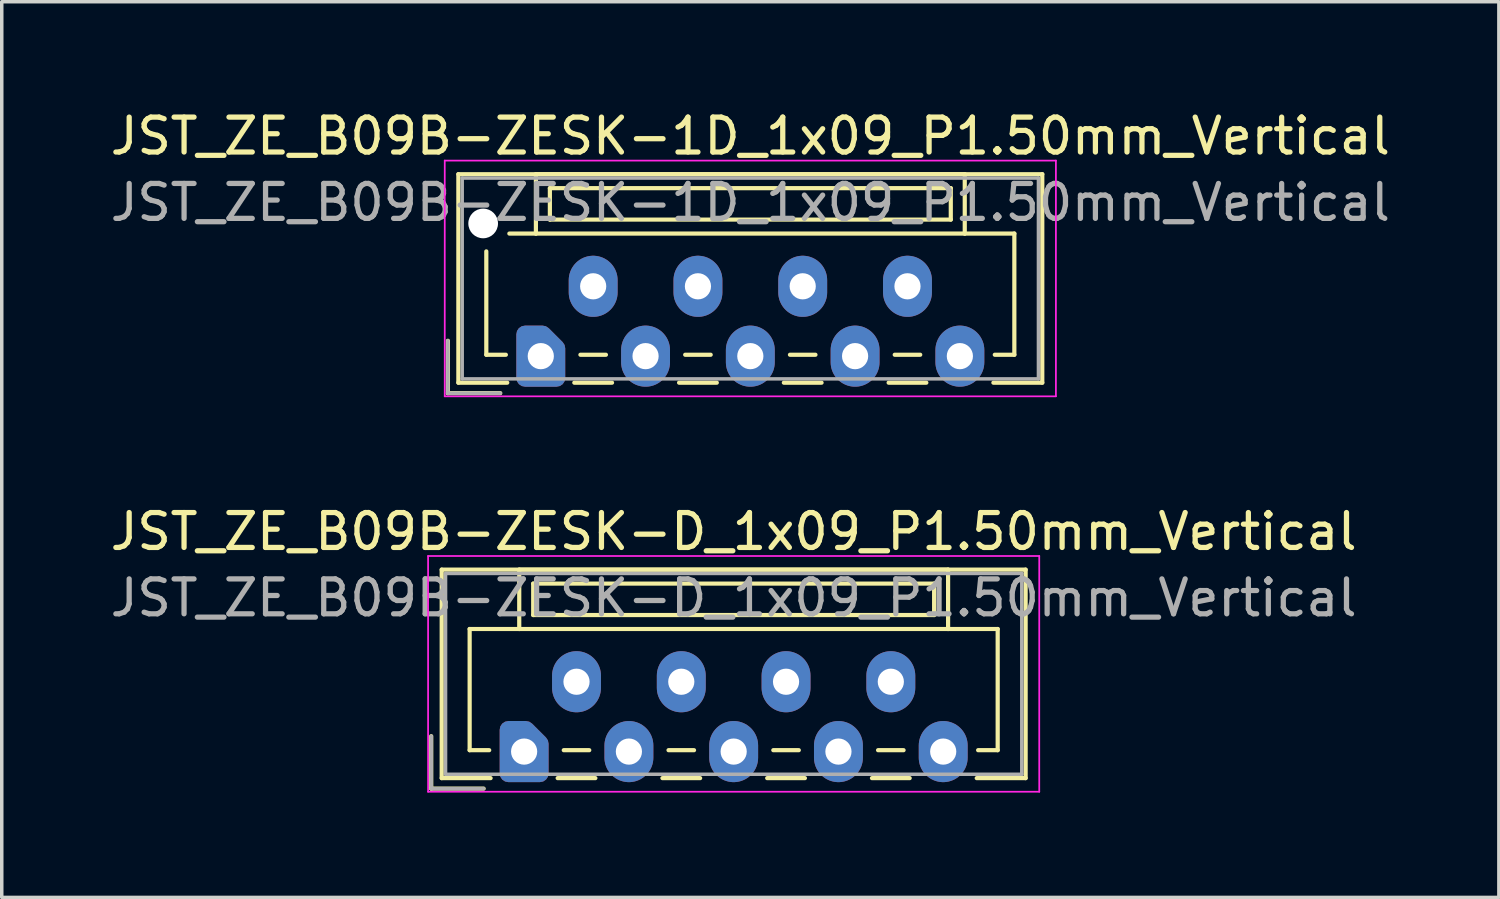
<source format=kicad_pcb>
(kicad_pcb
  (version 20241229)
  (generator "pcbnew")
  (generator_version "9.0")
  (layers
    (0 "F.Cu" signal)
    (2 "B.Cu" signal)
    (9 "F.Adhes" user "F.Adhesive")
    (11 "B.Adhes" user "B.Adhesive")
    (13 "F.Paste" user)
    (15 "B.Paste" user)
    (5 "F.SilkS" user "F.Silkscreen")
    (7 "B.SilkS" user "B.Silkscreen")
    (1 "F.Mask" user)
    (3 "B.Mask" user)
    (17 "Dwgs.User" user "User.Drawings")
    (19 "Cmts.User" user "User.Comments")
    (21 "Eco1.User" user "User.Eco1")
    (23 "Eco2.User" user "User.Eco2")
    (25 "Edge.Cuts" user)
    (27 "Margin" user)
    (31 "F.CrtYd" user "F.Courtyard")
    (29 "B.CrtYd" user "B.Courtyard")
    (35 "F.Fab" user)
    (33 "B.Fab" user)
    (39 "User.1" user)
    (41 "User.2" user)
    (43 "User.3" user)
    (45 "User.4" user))
  (footprint "JST_ZE_B09B-ZESK-1D_1x09_P1.50mm_Vertical"
    (layer "F.Cu")
    (at 12.435 7.148)
    (property "Reference" "JST_ZE_B09B-ZESK-1D_1x09_P1.50mm_Vertical" (at 6 -6.3 0) (layer "F.SilkS") (effects (font (size 1 1) (thickness 0.15))))
    (attr through_hole)
    (fp_line (start -2.66 -0.44) (end -2.66 1.06) (stroke (width 0.12) (type solid)) (layer "F.SilkS"))
    (fp_line (start -2.66 1.06) (end -1.16 1.06) (stroke (width 0.12) (type solid)) (layer "F.SilkS"))
    (fp_line (start -2.36 -5.21) (end 14.36 -5.21) (stroke (width 0.12) (type solid)) (layer "F.SilkS"))
    (fp_line (start -2.36 0.76) (end -2.36 -5.21) (stroke (width 0.12) (type solid)) (layer "F.SilkS"))
    (fp_line (start -1.56 -3) (end -1.56 -0.04) (stroke (width 0.12) (type solid)) (layer "F.SilkS"))
    (fp_line (start -1.56 -0.04) (end -1 -0.04) (stroke (width 0.12) (type solid)) (layer "F.SilkS"))
    (fp_line (start -0.96 0.76) (end -2.36 0.76) (stroke (width 0.12) (type solid)) (layer "F.SilkS"))
    (fp_line (start -0.14 -5.21) (end -0.14 -3.51) (stroke (width 0.12) (type solid)) (layer "F.SilkS"))
    (fp_line (start -0.14 -3.51) (end -0.9 -3.51) (stroke (width 0.12) (type solid)) (layer "F.SilkS"))
    (fp_line (start -0.14 -3.51) (end 12.14 -3.51) (stroke (width 0.12) (type solid)) (layer "F.SilkS"))
    (fp_line (start 0.26 -4.81) (end 0.26 -3.91) (stroke (width 0.12) (type solid)) (layer "F.SilkS"))
    (fp_line (start 0.26 -3.91) (end 11.74 -3.91) (stroke (width 0.12) (type solid)) (layer "F.SilkS"))
    (fp_line (start 0.96 0.76) (end 2.04 0.76) (stroke (width 0.12) (type solid)) (layer "F.SilkS"))
    (fp_line (start 1.135 -0.04) (end 1.865 -0.04) (stroke (width 0.12) (type solid)) (layer "F.SilkS"))
    (fp_line (start 3.96 0.76) (end 5.04 0.76) (stroke (width 0.12) (type solid)) (layer "F.SilkS"))
    (fp_line (start 4.135 -0.04) (end 4.865 -0.04) (stroke (width 0.12) (type solid)) (layer "F.SilkS"))
    (fp_line (start 6.96 0.76) (end 8.04 0.76) (stroke (width 0.12) (type solid)) (layer "F.SilkS"))
    (fp_line (start 7.135 -0.04) (end 7.865 -0.04) (stroke (width 0.12) (type solid)) (layer "F.SilkS"))
    (fp_line (start 9.96 0.76) (end 11.04 0.76) (stroke (width 0.12) (type solid)) (layer "F.SilkS"))
    (fp_line (start 10.135 -0.04) (end 10.865 -0.04) (stroke (width 0.12) (type solid)) (layer "F.SilkS"))
    (fp_line (start 11.74 -4.81) (end 0.26 -4.81) (stroke (width 0.12) (type solid)) (layer "F.SilkS"))
    (fp_line (start 11.74 -3.91) (end 11.74 -4.81) (stroke (width 0.12) (type solid)) (layer "F.SilkS"))
    (fp_line (start 12.14 -5.21) (end -0.14 -5.21) (stroke (width 0.12) (type solid)) (layer "F.SilkS"))
    (fp_line (start 12.14 -3.51) (end 12.14 -5.21) (stroke (width 0.12) (type solid)) (layer "F.SilkS"))
    (fp_line (start 12.14 -3.51) (end 13.56 -3.51) (stroke (width 0.12) (type solid)) (layer "F.SilkS"))
    (fp_line (start 13.56 -3.51) (end 13.56 -0.04) (stroke (width 0.12) (type solid)) (layer "F.SilkS"))
    (fp_line (start 13.56 -0.04) (end 13 -0.04) (stroke (width 0.12) (type solid)) (layer "F.SilkS"))
    (fp_line (start 14.36 -5.21) (end 14.36 0.76) (stroke (width 0.12) (type solid)) (layer "F.SilkS"))
    (fp_line (start 14.36 0.76) (end 12.96 0.76) (stroke (width 0.12) (type solid)) (layer "F.SilkS"))
    (fp_line (start -2.75 -5.6) (end -2.75 1.15) (stroke (width 0.05) (type solid)) (layer "F.CrtYd"))
    (fp_line (start -2.75 1.15) (end 14.75 1.15) (stroke (width 0.05) (type solid)) (layer "F.CrtYd"))
    (fp_line (start 14.75 -5.6) (end -2.75 -5.6) (stroke (width 0.05) (type solid)) (layer "F.CrtYd"))
    (fp_line (start 14.75 1.15) (end 14.75 -5.6) (stroke (width 0.05) (type solid)) (layer "F.CrtYd"))
    (fp_line (start -2.66 -0.44) (end -2.66 1.06) (stroke (width 0.1) (type solid)) (layer "F.Fab"))
    (fp_line (start -2.66 1.06) (end -1.16 1.06) (stroke (width 0.1) (type solid)) (layer "F.Fab"))
    (fp_line (start -2.25 -5.1) (end -2.25 0.65) (stroke (width 0.1) (type solid)) (layer "F.Fab"))
    (fp_line (start -2.25 0.65) (end 14.25 0.65) (stroke (width 0.1) (type solid)) (layer "F.Fab"))
    (fp_line (start 14.25 -5.1) (end -2.25 -5.1) (stroke (width 0.1) (type solid)) (layer "F.Fab"))
    (fp_line (start 14.25 0.65) (end 14.25 -5.1) (stroke (width 0.1) (type solid)) (layer "F.Fab"))
    (fp_text user "${REFERENCE}" (at 6 -4.4 0) (layer "F.Fab") (effects (font (size 1 1) (thickness 0.15))))
    (pad "" np_thru_hole circle (at -1.65 -3.8) (size 0.85 0.85) (drill 0.85) (layers "*.Cu" "*.Mask"))
    (pad "1" thru_hole custom (at 0 0) (size 1.117 1.117) (drill 0.75) (layers "*.Cu" "*.Mask") (options (anchor circle)) (primitives (gr_poly (pts (xy -0.45 -0.625) (xy 0.05 -0.625) (xy 0.45 -0.225) (xy 0.45 0.625) (xy -0.45 0.625)) (width 0.5) (fill yes))))
    (pad "2" thru_hole oval (at 1.5 -2) (size 1.4 1.75) (drill 0.75) (layers "*.Cu" "*.Mask"))
    (pad "3" thru_hole oval (at 3 0) (size 1.4 1.75) (drill 0.75) (layers "*.Cu" "*.Mask"))
    (pad "4" thru_hole oval (at 4.5 -2) (size 1.4 1.75) (drill 0.75) (layers "*.Cu" "*.Mask"))
    (pad "5" thru_hole oval (at 6 0) (size 1.4 1.75) (drill 0.75) (layers "*.Cu" "*.Mask"))
    (pad "6" thru_hole oval (at 7.5 -2) (size 1.4 1.75) (drill 0.75) (layers "*.Cu" "*.Mask"))
    (pad "7" thru_hole oval (at 9 0) (size 1.4 1.75) (drill 0.75) (layers "*.Cu" "*.Mask"))
    (pad "8" thru_hole oval (at 10.5 -2) (size 1.4 1.75) (drill 0.75) (layers "*.Cu" "*.Mask"))
    (pad "9" thru_hole oval (at 12 0) (size 1.4 1.75) (drill 0.75) (layers "*.Cu" "*.Mask")))
  (footprint "JST_ZE_B09B-ZESK-D_1x09_P1.50mm_Vertical"
    (layer "F.Cu")
    (at 11.958 18.471)
    (property "Reference" "JST_ZE_B09B-ZESK-D_1x09_P1.50mm_Vertical" (at 6 -6.3 0) (layer "F.SilkS") (effects (font (size 1 1) (thickness 0.15))))
    (attr through_hole)
    (fp_line (start -2.66 -0.44) (end -2.66 1.06) (stroke (width 0.12) (type solid)) (layer "F.SilkS"))
    (fp_line (start -2.66 1.06) (end -1.16 1.06) (stroke (width 0.12) (type solid)) (layer "F.SilkS"))
    (fp_line (start -2.36 -5.21) (end 14.36 -5.21) (stroke (width 0.12) (type solid)) (layer "F.SilkS"))
    (fp_line (start -2.36 0.76) (end -2.36 -5.21) (stroke (width 0.12) (type solid)) (layer "F.SilkS"))
    (fp_line (start -1.56 -3.51) (end -1.56 -0.04) (stroke (width 0.12) (type solid)) (layer "F.SilkS"))
    (fp_line (start -1.56 -0.04) (end -1 -0.04) (stroke (width 0.12) (type solid)) (layer "F.SilkS"))
    (fp_line (start -0.96 0.76) (end -2.36 0.76) (stroke (width 0.12) (type solid)) (layer "F.SilkS"))
    (fp_line (start -0.14 -5.21) (end -0.14 -3.51) (stroke (width 0.12) (type solid)) (layer "F.SilkS"))
    (fp_line (start -0.14 -3.51) (end -1.56 -3.51) (stroke (width 0.12) (type solid)) (layer "F.SilkS"))
    (fp_line (start -0.14 -3.51) (end 12.14 -3.51) (stroke (width 0.12) (type solid)) (layer "F.SilkS"))
    (fp_line (start 0.26 -4.81) (end 0.26 -3.91) (stroke (width 0.12) (type solid)) (layer "F.SilkS"))
    (fp_line (start 0.26 -3.91) (end 11.74 -3.91) (stroke (width 0.12) (type solid)) (layer "F.SilkS"))
    (fp_line (start 0.96 0.76) (end 2.04 0.76) (stroke (width 0.12) (type solid)) (layer "F.SilkS"))
    (fp_line (start 1.135 -0.04) (end 1.865 -0.04) (stroke (width 0.12) (type solid)) (layer "F.SilkS"))
    (fp_line (start 3.96 0.76) (end 5.04 0.76) (stroke (width 0.12) (type solid)) (layer "F.SilkS"))
    (fp_line (start 4.135 -0.04) (end 4.865 -0.04) (stroke (width 0.12) (type solid)) (layer "F.SilkS"))
    (fp_line (start 6.96 0.76) (end 8.04 0.76) (stroke (width 0.12) (type solid)) (layer "F.SilkS"))
    (fp_line (start 7.135 -0.04) (end 7.865 -0.04) (stroke (width 0.12) (type solid)) (layer "F.SilkS"))
    (fp_line (start 9.96 0.76) (end 11.04 0.76) (stroke (width 0.12) (type solid)) (layer "F.SilkS"))
    (fp_line (start 10.135 -0.04) (end 10.865 -0.04) (stroke (width 0.12) (type solid)) (layer "F.SilkS"))
    (fp_line (start 11.74 -4.81) (end 0.26 -4.81) (stroke (width 0.12) (type solid)) (layer "F.SilkS"))
    (fp_line (start 11.74 -3.91) (end 11.74 -4.81) (stroke (width 0.12) (type solid)) (layer "F.SilkS"))
    (fp_line (start 12.14 -5.21) (end -0.14 -5.21) (stroke (width 0.12) (type solid)) (layer "F.SilkS"))
    (fp_line (start 12.14 -3.51) (end 12.14 -5.21) (stroke (width 0.12) (type solid)) (layer "F.SilkS"))
    (fp_line (start 12.14 -3.51) (end 13.56 -3.51) (stroke (width 0.12) (type solid)) (layer "F.SilkS"))
    (fp_line (start 13.56 -3.51) (end 13.56 -0.04) (stroke (width 0.12) (type solid)) (layer "F.SilkS"))
    (fp_line (start 13.56 -0.04) (end 13 -0.04) (stroke (width 0.12) (type solid)) (layer "F.SilkS"))
    (fp_line (start 14.36 -5.21) (end 14.36 0.76) (stroke (width 0.12) (type solid)) (layer "F.SilkS"))
    (fp_line (start 14.36 0.76) (end 12.96 0.76) (stroke (width 0.12) (type solid)) (layer "F.SilkS"))
    (fp_line (start -2.75 -5.6) (end -2.75 1.15) (stroke (width 0.05) (type solid)) (layer "F.CrtYd"))
    (fp_line (start -2.75 1.15) (end 14.75 1.15) (stroke (width 0.05) (type solid)) (layer "F.CrtYd"))
    (fp_line (start 14.75 -5.6) (end -2.75 -5.6) (stroke (width 0.05) (type solid)) (layer "F.CrtYd"))
    (fp_line (start 14.75 1.15) (end 14.75 -5.6) (stroke (width 0.05) (type solid)) (layer "F.CrtYd"))
    (fp_line (start -2.66 -0.44) (end -2.66 1.06) (stroke (width 0.1) (type solid)) (layer "F.Fab"))
    (fp_line (start -2.66 1.06) (end -1.16 1.06) (stroke (width 0.1) (type solid)) (layer "F.Fab"))
    (fp_line (start -2.25 -5.1) (end -2.25 0.65) (stroke (width 0.1) (type solid)) (layer "F.Fab"))
    (fp_line (start -2.25 0.65) (end 14.25 0.65) (stroke (width 0.1) (type solid)) (layer "F.Fab"))
    (fp_line (start 14.25 -5.1) (end -2.25 -5.1) (stroke (width 0.1) (type solid)) (layer "F.Fab"))
    (fp_line (start 14.25 0.65) (end 14.25 -5.1) (stroke (width 0.1) (type solid)) (layer "F.Fab"))
    (fp_text user "${REFERENCE}" (at 6 -4.4 0) (layer "F.Fab") (effects (font (size 1 1) (thickness 0.15))))
    (pad "1" thru_hole custom (at 0 0) (size 1.117 1.117) (drill 0.75) (layers "*.Cu" "*.Mask") (options (anchor circle)) (primitives (gr_poly (pts (xy -0.45 -0.625) (xy 0.05 -0.625) (xy 0.45 -0.225) (xy 0.45 0.625) (xy -0.45 0.625)) (width 0.5) (fill yes))))
    (pad "2" thru_hole oval (at 1.5 -2) (size 1.4 1.75) (drill 0.75) (layers "*.Cu" "*.Mask"))
    (pad "3" thru_hole oval (at 3 0) (size 1.4 1.75) (drill 0.75) (layers "*.Cu" "*.Mask"))
    (pad "4" thru_hole oval (at 4.5 -2) (size 1.4 1.75) (drill 0.75) (layers "*.Cu" "*.Mask"))
    (pad "5" thru_hole oval (at 6 0) (size 1.4 1.75) (drill 0.75) (layers "*.Cu" "*.Mask"))
    (pad "6" thru_hole oval (at 7.5 -2) (size 1.4 1.75) (drill 0.75) (layers "*.Cu" "*.Mask"))
    (pad "7" thru_hole oval (at 9 0) (size 1.4 1.75) (drill 0.75) (layers "*.Cu" "*.Mask"))
    (pad "8" thru_hole oval (at 10.5 -2) (size 1.4 1.75) (drill 0.75) (layers "*.Cu" "*.Mask"))
    (pad "9" thru_hole oval (at 12 0) (size 1.4 1.75) (drill 0.75) (layers "*.Cu" "*.Mask")))
  (gr_rect
    (start -3 -3)
    (end 39.869 22.646)
    (stroke (width 0.1) (type default))
    (fill no)
    (layer "Edge.Cuts")))
</source>
